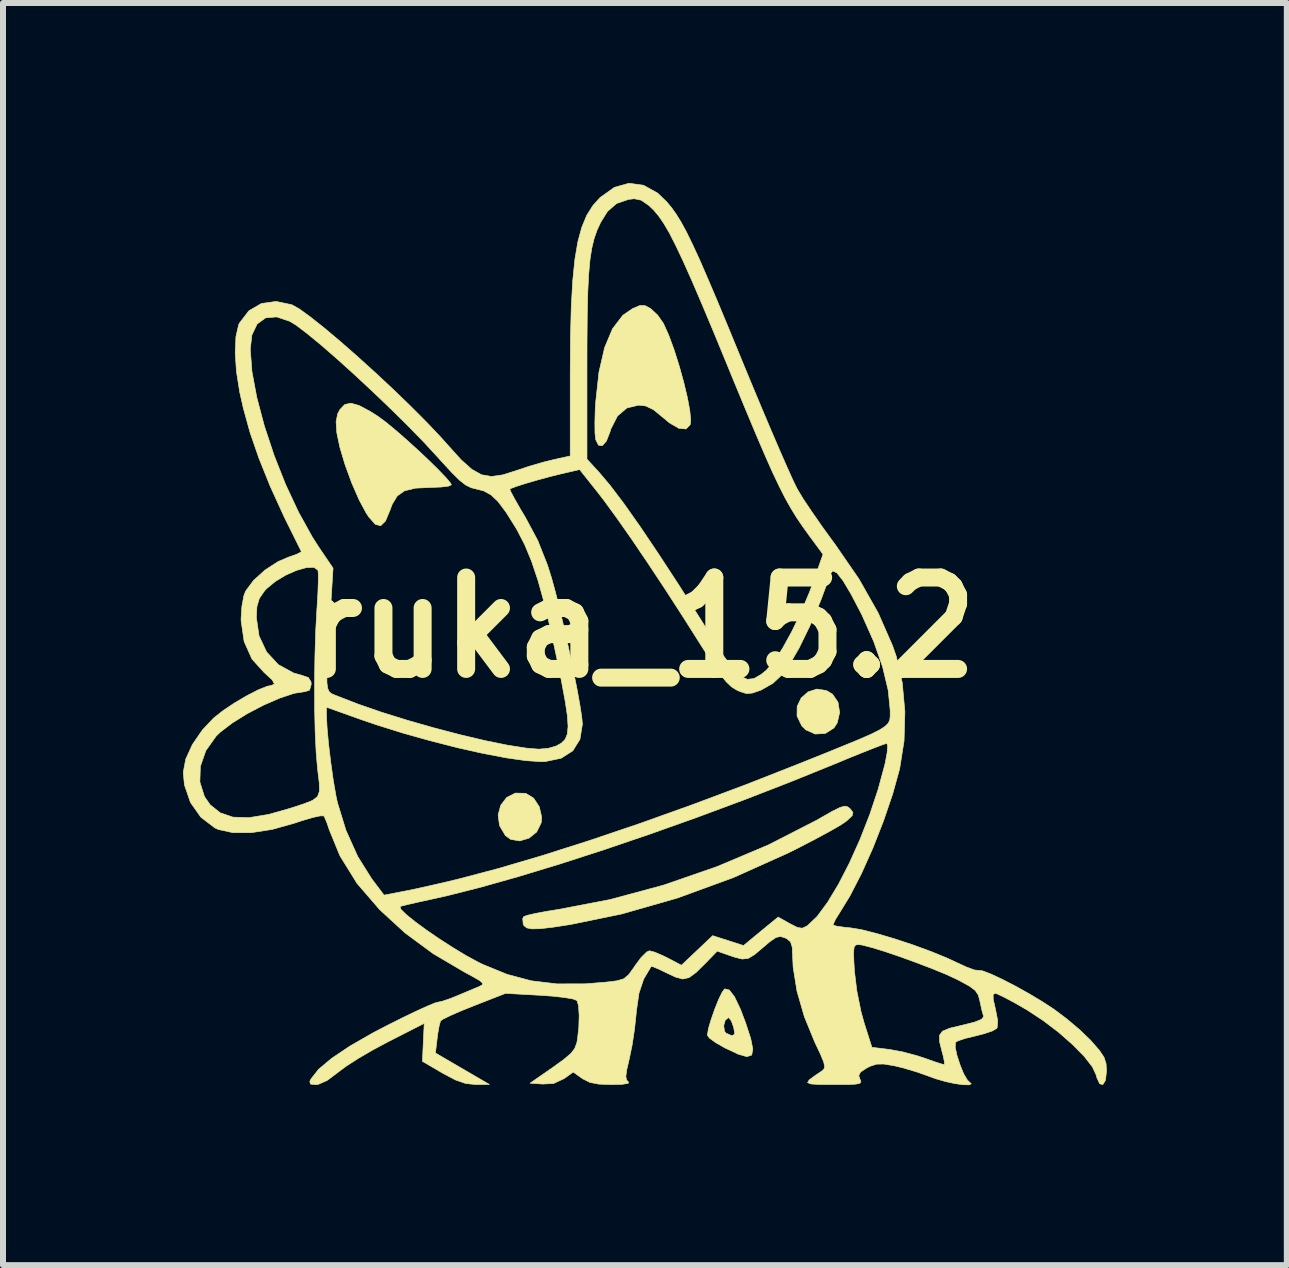
<source format=kicad_pcb>
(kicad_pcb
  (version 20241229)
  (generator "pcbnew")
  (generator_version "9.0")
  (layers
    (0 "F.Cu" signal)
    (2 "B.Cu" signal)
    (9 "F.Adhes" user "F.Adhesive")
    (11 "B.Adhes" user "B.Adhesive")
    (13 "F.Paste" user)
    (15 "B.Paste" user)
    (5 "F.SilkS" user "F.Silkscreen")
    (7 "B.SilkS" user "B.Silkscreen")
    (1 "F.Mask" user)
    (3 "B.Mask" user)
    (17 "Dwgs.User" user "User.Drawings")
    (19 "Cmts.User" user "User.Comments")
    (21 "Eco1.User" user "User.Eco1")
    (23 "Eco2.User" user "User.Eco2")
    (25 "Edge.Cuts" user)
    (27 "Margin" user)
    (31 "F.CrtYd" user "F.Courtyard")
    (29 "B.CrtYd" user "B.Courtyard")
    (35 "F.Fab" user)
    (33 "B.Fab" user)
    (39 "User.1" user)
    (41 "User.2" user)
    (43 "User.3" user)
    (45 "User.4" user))
  (footprint "ruka_15.2"
    (layer "F.Cu")
    (at 7.624 7.412)
    (property "Reference" "ruka_15.2" (at 0 0 0) (layer "F.SilkS") (effects (font (size 1.524 1.524) (thickness 0.3))))
    (attr through_hole)
    (fp_poly (pts (xy -1.91 2.763) (xy -1.779 2.843) (xy -1.684 2.987) (xy -1.644 3.16) (xy -1.652 3.255) (xy -1.727 3.407) (xy -1.856 3.511) (xy -2.01 3.556) (xy -2.16 3.531) (xy -2.249 3.467) (xy -2.347 3.3) (xy -2.37 3.124) (xy -2.326 2.961) (xy -2.227 2.832) (xy -2.083 2.759) (xy -1.91 2.763)) (stroke (width 0.01) (type solid)) (fill yes) (layer "F.SilkS"))
    (fp_poly (pts (xy 3.104 1.05) (xy 3.205 1.111) (xy 3.296 1.244) (xy 3.323 1.416) (xy 3.284 1.588) (xy 3.228 1.674) (xy 3.085 1.765) (xy 2.917 1.775) (xy 2.759 1.705) (xy 2.692 1.639) (xy 2.613 1.475) (xy 2.615 1.314) (xy 2.682 1.174) (xy 2.797 1.072) (xy 2.944 1.025) (xy 3.104 1.05)) (stroke (width 0.01) (type solid)) (fill yes) (layer "F.SilkS"))
    (fp_poly (pts (xy 1.483 6.042) (xy 1.571 6.155) (xy 1.671 6.365) (xy 1.755 6.588) (xy 1.841 6.851) (xy 1.876 7.029) (xy 1.857 7.127) (xy 1.777 7.153) (xy 1.633 7.112) (xy 1.418 7.011) (xy 1.41 7.007) (xy 1.259 6.921) (xy 1.154 6.845) (xy 1.118 6.797) (xy 1.135 6.693) (xy 1.151 6.635) (xy 1.391 6.635) (xy 1.403 6.727) (xy 1.43 6.762) (xy 1.528 6.804) (xy 1.573 6.78) (xy 1.574 6.769) (xy 1.556 6.661) (xy 1.518 6.558) (xy 1.476 6.504) (xy 1.471 6.502) (xy 1.417 6.544) (xy 1.391 6.635) (xy 1.151 6.635) (xy 1.179 6.54) (xy 1.239 6.367) (xy 1.304 6.204) (xy 1.364 6.08) (xy 1.406 6.023) (xy 1.406 6.023) (xy 1.483 6.042)) (stroke (width 0.01) (type solid)) (fill yes) (layer "F.SilkS"))
    (fp_poly (pts (xy -4.687 -3.702) (xy -4.495 -3.599) (xy -4.373 -3.521) (xy -4.249 -3.43) (xy -4.086 -3.296) (xy -3.9 -3.134) (xy -3.706 -2.958) (xy -3.52 -2.783) (xy -3.357 -2.622) (xy -3.232 -2.491) (xy -3.16 -2.404) (xy -3.15 -2.38) (xy -3.196 -2.358) (xy -3.318 -2.343) (xy -3.489 -2.336) (xy -3.493 -2.336) (xy -3.75 -2.324) (xy -3.93 -2.28) (xy -4.052 -2.194) (xy -4.137 -2.053) (xy -4.173 -1.955) (xy -4.248 -1.776) (xy -4.327 -1.698) (xy -4.416 -1.72) (xy -4.523 -1.84) (xy -4.568 -1.907) (xy -4.687 -2.128) (xy -4.81 -2.41) (xy -4.922 -2.716) (xy -5.009 -3.008) (xy -5.059 -3.247) (xy -5.071 -3.432) (xy -5.045 -3.563) (xy -5.006 -3.636) (xy -4.927 -3.718) (xy -4.826 -3.741) (xy -4.687 -3.702)) (stroke (width 0.01) (type solid)) (fill yes) (layer "F.SilkS"))
    (fp_poly (pts (xy 3.46 2.989) (xy 3.499 3.021) (xy 3.545 3.082) (xy 3.532 3.136) (xy 3.45 3.214) (xy 3.429 3.231) (xy 3.334 3.295) (xy 3.165 3.392) (xy 2.942 3.513) (xy 2.683 3.648) (xy 2.464 3.758) (xy 1.551 4.168) (xy 0.618 4.509) (xy -0.312 4.775) (xy -1.169 4.951) (xy -1.462 4.996) (xy -1.67 5.02) (xy -1.809 5.023) (xy -1.894 5.006) (xy -1.94 4.968) (xy -1.952 4.945) (xy -1.96 4.852) (xy -1.944 4.819) (xy -1.88 4.796) (xy -1.738 4.763) (xy -1.54 4.727) (xy -1.371 4.7) (xy -0.504 4.534) (xy 0.389 4.293) (xy 1.278 3.985) (xy 2.136 3.623) (xy 2.933 3.215) (xy 3.012 3.17) (xy 3.204 3.061) (xy 3.329 2.999) (xy 3.408 2.977) (xy 3.46 2.989)) (stroke (width 0.01) (type solid)) (fill yes) (layer "F.SilkS"))
    (fp_poly (pts (xy 0.168 -5.32) (xy 0.174 -5.316) (xy 0.288 -5.21) (xy 0.385 -5.072) (xy 0.386 -5.07) (xy 0.473 -4.877) (xy 0.562 -4.636) (xy 0.647 -4.367) (xy 0.723 -4.094) (xy 0.785 -3.835) (xy 0.826 -3.614) (xy 0.841 -3.451) (xy 0.832 -3.382) (xy 0.762 -3.311) (xy 0.644 -3.321) (xy 0.487 -3.412) (xy 0.375 -3.505) (xy 0.22 -3.632) (xy 0.091 -3.694) (xy -0.027 -3.708) (xy -0.223 -3.661) (xy -0.381 -3.526) (xy -0.491 -3.31) (xy -0.505 -3.262) (xy -0.565 -3.109) (xy -0.633 -3.033) (xy -0.697 -3.04) (xy -0.743 -3.133) (xy -0.755 -3.24) (xy -0.757 -3.419) (xy -0.751 -3.638) (xy -0.744 -3.753) (xy -0.689 -4.257) (xy -0.595 -4.667) (xy -0.462 -4.983) (xy -0.29 -5.207) (xy -0.128 -5.318) (xy -0.007 -5.369) (xy 0.075 -5.369) (xy 0.168 -5.32)) (stroke (width 0.01) (type solid)) (fill yes) (layer "F.SilkS"))
    (fp_poly (pts (xy 0.054 -7.374) (xy 0.289 -7.243) (xy 0.442 -7.096) (xy 0.522 -6.999) (xy 0.601 -6.888) (xy 0.683 -6.755) (xy 0.772 -6.59) (xy 0.873 -6.383) (xy 0.991 -6.127) (xy 1.128 -5.811) (xy 1.291 -5.428) (xy 1.483 -4.966) (xy 1.676 -4.496) (xy 1.852 -4.07) (xy 2.022 -3.663) (xy 2.182 -3.285) (xy 2.326 -2.95) (xy 2.449 -2.67) (xy 2.545 -2.457) (xy 2.61 -2.323) (xy 2.619 -2.307) (xy 2.713 -2.15) (xy 2.854 -1.939) (xy 3.022 -1.697) (xy 3.2 -1.451) (xy 3.244 -1.392) (xy 3.644 -0.812) (xy 3.967 -0.242) (xy 4.207 0.306) (xy 4.268 0.483) (xy 4.367 0.919) (xy 4.411 1.401) (xy 4.397 1.89) (xy 4.325 2.346) (xy 4.325 2.349) (xy 4.208 2.772) (xy 4.055 3.222) (xy 3.878 3.674) (xy 3.687 4.101) (xy 3.493 4.477) (xy 3.33 4.743) (xy 3.255 4.863) (xy 3.217 4.944) (xy 3.217 4.961) (xy 3.276 4.978) (xy 3.403 4.996) (xy 3.504 5.006) (xy 3.688 5.036) (xy 3.94 5.1) (xy 4.235 5.187) (xy 4.546 5.29) (xy 4.849 5.401) (xy 5.118 5.511) (xy 5.279 5.586) (xy 5.442 5.661) (xy 5.571 5.708) (xy 5.638 5.715) (xy 5.639 5.715) (xy 5.708 5.723) (xy 5.844 5.775) (xy 6.031 5.862) (xy 6.249 5.974) (xy 6.48 6.103) (xy 6.707 6.239) (xy 6.898 6.364) (xy 7.109 6.523) (xy 7.325 6.705) (xy 7.502 6.875) (xy 7.52 6.895) (xy 7.654 7.049) (xy 7.731 7.164) (xy 7.765 7.27) (xy 7.772 7.395) (xy 7.755 7.547) (xy 7.711 7.619) (xy 7.658 7.605) (xy 7.61 7.5) (xy 7.601 7.461) (xy 7.537 7.324) (xy 7.401 7.149) (xy 7.208 6.953) (xy 6.975 6.748) (xy 6.716 6.551) (xy 6.447 6.374) (xy 6.428 6.363) (xy 6.233 6.251) (xy 6.068 6.163) (xy 5.952 6.108) (xy 5.914 6.096) (xy 5.882 6.119) (xy 5.884 6.199) (xy 5.92 6.356) (xy 5.921 6.36) (xy 5.959 6.556) (xy 5.949 6.67) (xy 5.941 6.683) (xy 5.868 6.725) (xy 5.727 6.772) (xy 5.586 6.808) (xy 5.421 6.848) (xy 5.3 6.888) (xy 5.254 6.914) (xy 5.25 6.995) (xy 5.279 7.132) (xy 5.331 7.292) (xy 5.392 7.441) (xy 5.453 7.544) (xy 5.477 7.567) (xy 5.518 7.606) (xy 5.48 7.623) (xy 5.382 7.621) (xy 5.243 7.602) (xy 5.083 7.567) (xy 4.921 7.52) (xy 4.842 7.491) (xy 4.621 7.412) (xy 4.384 7.341) (xy 4.235 7.305) (xy 4.059 7.276) (xy 3.938 7.278) (xy 3.83 7.314) (xy 3.78 7.339) (xy 3.672 7.409) (xy 3.642 7.469) (xy 3.661 7.525) (xy 3.678 7.569) (xy 3.662 7.596) (xy 3.596 7.611) (xy 3.464 7.618) (xy 3.248 7.618) (xy 3.215 7.618) (xy 2.981 7.617) (xy 2.841 7.608) (xy 2.789 7.585) (xy 2.817 7.54) (xy 2.92 7.464) (xy 3.016 7.4) (xy 3.059 7.365) (xy 3.074 7.32) (xy 3.058 7.244) (xy 3.006 7.117) (xy 2.913 6.92) (xy 2.907 6.907) (xy 2.735 6.487) (xy 2.612 6.061) (xy 2.548 5.661) (xy 2.54 5.488) (xy 2.537 5.409) (xy 3.556 5.409) (xy 3.56 5.558) (xy 3.57 5.728) (xy 3.61 6.059) (xy 3.68 6.404) (xy 3.73 6.585) (xy 3.861 6.997) (xy 4.153 7.033) (xy 4.371 7.073) (xy 4.613 7.137) (xy 4.75 7.182) (xy 4.909 7.239) (xy 5.025 7.276) (xy 5.071 7.285) (xy 5.069 7.234) (xy 5.045 7.121) (xy 5.033 7.079) (xy 4.99 6.908) (xy 4.987 6.798) (xy 5.038 6.729) (xy 5.158 6.679) (xy 5.363 6.63) (xy 5.57 6.578) (xy 5.687 6.532) (xy 5.724 6.488) (xy 5.722 6.476) (xy 5.695 6.382) (xy 5.665 6.243) (xy 5.661 6.224) (xy 5.635 6.126) (xy 5.585 6.051) (xy 5.49 5.979) (xy 5.33 5.891) (xy 5.271 5.861) (xy 5.093 5.779) (xy 4.863 5.685) (xy 4.604 5.586) (xy 4.338 5.489) (xy 4.085 5.403) (xy 3.867 5.336) (xy 3.706 5.294) (xy 3.637 5.284) (xy 3.592 5.291) (xy 3.565 5.326) (xy 3.556 5.409) (xy 2.537 5.409) (xy 2.533 5.329) (xy 2.505 5.239) (xy 2.443 5.187) (xy 2.416 5.174) (xy 2.339 5.15) (xy 2.264 5.165) (xy 2.166 5.231) (xy 2.053 5.327) (xy 1.906 5.451) (xy 1.8 5.515) (xy 1.699 5.526) (xy 1.57 5.494) (xy 1.486 5.465) (xy 1.282 5.394) (xy 1.086 5.596) (xy 0.93 5.75) (xy 0.813 5.835) (xy 0.708 5.859) (xy 0.588 5.827) (xy 0.453 5.764) (xy 0.311 5.695) (xy 0.212 5.654) (xy 0.182 5.648) (xy 0.056 5.861) (xy -0.022 6.095) (xy -0.064 6.387) (xy -0.068 6.433) (xy -0.095 6.688) (xy -0.136 6.96) (xy -0.183 7.187) (xy -0.226 7.373) (xy -0.241 7.484) (xy -0.227 7.545) (xy -0.198 7.574) (xy -0.201 7.598) (xy -0.3 7.614) (xy -0.475 7.619) (xy -0.692 7.611) (xy -0.842 7.582) (xy -0.958 7.523) (xy -0.97 7.515) (xy -1.118 7.41) (xy -1.269 7.518) (xy -1.444 7.6) (xy -1.629 7.61) (xy -1.837 7.595) (xy -1.459 7.333) (xy -1.275 7.2) (xy -1.159 7.102) (xy -1.093 7.017) (xy -1.059 6.925) (xy -1.049 6.875) (xy -1.025 6.669) (xy -1.019 6.468) (xy -1.029 6.306) (xy -1.055 6.218) (xy -1.119 6.192) (xy -1.264 6.167) (xy -1.471 6.144) (xy -1.67 6.13) (xy -2.247 6.098) (xy -2.774 6.304) (xy -2.988 6.39) (xy -3.166 6.468) (xy -3.287 6.527) (xy -3.329 6.556) (xy -3.351 6.63) (xy -3.376 6.767) (xy -3.386 6.847) (xy -3.415 7.092) (xy -2.515 7.617) (xy -2.743 7.618) (xy -2.909 7.601) (xy -3.082 7.541) (xy -3.298 7.427) (xy -3.302 7.424) (xy -3.632 7.231) (xy -3.617 6.914) (xy -3.602 6.598) (xy -4.208 6.907) (xy -4.459 7.041) (xy -4.699 7.181) (xy -4.901 7.311) (xy -5.04 7.414) (xy -5.044 7.418) (xy -5.22 7.55) (xy -5.368 7.615) (xy -5.407 7.62) (xy -5.499 7.61) (xy -5.509 7.565) (xy -5.489 7.524) (xy -5.364 7.365) (xy -5.146 7.182) (xy -4.841 6.977) (xy -4.454 6.755) (xy -4.212 6.629) (xy -3.956 6.501) (xy -3.729 6.392) (xy -3.546 6.309) (xy -3.426 6.259) (xy -3.388 6.248) (xy -3.302 6.23) (xy -3.161 6.182) (xy -3.067 6.144) (xy -2.898 6.073) (xy -2.748 6.01) (xy -2.694 5.988) (xy -2.637 5.959) (xy -2.627 5.929) (xy -2.677 5.885) (xy -2.798 5.815) (xy -2.923 5.748) (xy -3.453 5.436) (xy -3.921 5.091) (xy -4.345 4.702) (xy -4.388 4.652) (xy -4.006 4.652) (xy -3.99 4.698) (xy -3.901 4.785) (xy -3.755 4.903) (xy -3.568 5.04) (xy -3.354 5.187) (xy -3.129 5.332) (xy -2.908 5.466) (xy -2.706 5.576) (xy -2.631 5.613) (xy -2.221 5.781) (xy -1.815 5.889) (xy -1.389 5.94) (xy -0.916 5.939) (xy -0.562 5.91) (xy -0.386 5.888) (xy -0.275 5.855) (xy -0.195 5.788) (xy -0.108 5.669) (xy -0.084 5.632) (xy 0.015 5.499) (xy 0.105 5.41) (xy 0.152 5.388) (xy 0.24 5.411) (xy 0.376 5.469) (xy 0.457 5.509) (xy 0.686 5.629) (xy 1.207 5.136) (xy 1.464 5.218) (xy 1.721 5.301) (xy 2.009 5.063) (xy 2.298 4.826) (xy 2.49 4.934) (xy 2.618 4.999) (xy 2.7 5.012) (xy 2.774 4.977) (xy 2.787 4.969) (xy 2.947 4.817) (xy 3.121 4.582) (xy 3.304 4.279) (xy 3.487 3.923) (xy 3.663 3.531) (xy 3.825 3.117) (xy 3.965 2.697) (xy 4.076 2.287) (xy 4.085 2.248) (xy 4.115 2.086) (xy 4.124 1.971) (xy 4.11 1.93) (xy 4.05 1.949) (xy 3.913 2.001) (xy 3.715 2.079) (xy 3.472 2.177) (xy 3.271 2.261) (xy 2.516 2.567) (xy 1.738 2.869) (xy 0.95 3.162) (xy 0.166 3.441) (xy -0.601 3.702) (xy -1.337 3.94) (xy -2.028 4.15) (xy -2.662 4.329) (xy -3.223 4.471) (xy -3.469 4.526) (xy -3.685 4.573) (xy -3.861 4.613) (xy -3.975 4.641) (xy -4.006 4.652) (xy -4.388 4.652) (xy -4.722 4.265) (xy -5.007 3.805) (xy -5.182 3.378) (xy -5.228 3.243) (xy -5.268 3.152) (xy -5.277 3.139) (xy -5.336 3.139) (xy -5.468 3.168) (xy -5.65 3.222) (xy -5.766 3.261) (xy -6.137 3.365) (xy -6.485 3.419) (xy -6.79 3.419) (xy -7.035 3.366) (xy -7.093 3.339) (xy -7.326 3.161) (xy -7.499 2.915) (xy -7.599 2.624) (xy -7.604 2.575) (xy -7.342 2.575) (xy -7.266 2.817) (xy -7.171 2.954) (xy -7.003 3.088) (xy -6.791 3.16) (xy -6.525 3.169) (xy -6.196 3.115) (xy -5.84 3.014) (xy -5.611 2.939) (xy -5.463 2.881) (xy -5.38 2.817) (xy -5.348 2.726) (xy -5.352 2.587) (xy -5.377 2.38) (xy -5.38 2.356) (xy -5.403 2.089) (xy -5.42 1.743) (xy -5.429 1.344) (xy -5.429 1.327) (xy -5.232 1.327) (xy -5.232 1.464) (xy -5.221 1.674) (xy -5.196 1.949) (xy -5.159 2.254) (xy -5.117 2.553) (xy -5.072 2.811) (xy -5.048 2.921) (xy -4.907 3.38) (xy -4.711 3.815) (xy -4.477 4.189) (xy -4.472 4.195) (xy -4.272 4.46) (xy -3.927 4.394) (xy -3.727 4.353) (xy -3.469 4.295) (xy -3.191 4.231) (xy -3.023 4.19) (xy -2.368 4.017) (xy -1.637 3.802) (xy -0.843 3.549) (xy -0.001 3.264) (xy 0.876 2.95) (xy 1.775 2.613) (xy 2.673 2.26) (xy 3.087 2.094) (xy 3.416 1.96) (xy 3.671 1.855) (xy 3.861 1.771) (xy 3.995 1.703) (xy 4.083 1.645) (xy 4.135 1.593) (xy 4.159 1.539) (xy 4.166 1.479) (xy 4.166 1.407) (xy 4.166 1.378) (xy 4.133 1.046) (xy 4.04 0.657) (xy 3.891 0.231) (xy 3.694 -0.212) (xy 3.682 -0.235) (xy 3.515 -0.555) (xy 3.381 -0.78) (xy 3.279 -0.91) (xy 3.21 -0.945) (xy 3.178 -0.909) (xy 3.006 -0.447) (xy 2.826 -0.025) (xy 2.648 0.34) (xy 2.478 0.633) (xy 2.38 0.771) (xy 2.211 0.929) (xy 2.011 1.043) (xy 1.867 1.092) (xy 1.768 1.1) (xy 1.664 1.067) (xy 1.606 1.041) (xy 1.521 0.988) (xy 1.431 0.902) (xy 1.325 0.769) (xy 1.192 0.576) (xy 1.021 0.309) (xy 1.007 0.287) (xy 0.712 -0.179) (xy 0.416 -0.637) (xy 0.128 -1.072) (xy -0.142 -1.471) (xy -0.386 -1.819) (xy -0.593 -2.103) (xy -0.701 -2.244) (xy -1.011 -2.634) (xy -1.331 -2.56) (xy -1.516 -2.514) (xy -1.718 -2.459) (xy -1.91 -2.403) (xy -2.067 -2.353) (xy -2.162 -2.317) (xy -2.175 -2.309) (xy -2.158 -2.263) (xy -2.097 -2.149) (xy -2.004 -1.985) (xy -1.917 -1.84) (xy -1.709 -1.451) (xy -1.546 -1.039) (xy -1.48 -0.828) (xy -1.413 -0.585) (xy -1.34 -0.291) (xy -1.263 0.036) (xy -1.188 0.375) (xy -1.118 0.709) (xy -1.056 1.018) (xy -1.008 1.284) (xy -0.976 1.489) (xy -0.965 1.61) (xy -1.006 1.863) (xy -1.125 2.054) (xy -1.319 2.178) (xy -1.583 2.233) (xy -1.658 2.235) (xy -1.91 2.218) (xy -2.239 2.171) (xy -2.626 2.097) (xy -3.054 2.001) (xy -3.503 1.886) (xy -3.957 1.759) (xy -4.395 1.622) (xy -4.664 1.53) (xy -5.232 1.327) (xy -5.429 1.327) (xy -5.43 0.914) (xy -5.424 0.477) (xy -5.411 0.056) (xy -5.39 -0.324) (xy -5.389 -0.33) (xy -5.375 -0.563) (xy -5.368 -0.762) (xy -5.368 -0.902) (xy -5.374 -0.957) (xy -5.439 -1.004) (xy -5.565 -1) (xy -5.729 -0.954) (xy -5.909 -0.875) (xy -6.083 -0.77) (xy -6.23 -0.649) (xy -6.267 -0.608) (xy -6.351 -0.485) (xy -6.391 -0.35) (xy -6.401 -0.172) (xy -6.356 0.138) (xy -6.23 0.406) (xy -6.034 0.618) (xy -5.779 0.757) (xy -5.651 0.793) (xy -5.533 0.833) (xy -5.489 0.905) (xy -5.486 0.946) (xy -5.513 1.043) (xy -5.585 1.067) (xy -5.771 1.096) (xy -6.011 1.176) (xy -6.28 1.293) (xy -6.552 1.435) (xy -6.801 1.59) (xy -7.002 1.743) (xy -7.071 1.81) (xy -7.243 2.052) (xy -7.334 2.314) (xy -7.342 2.575) (xy -7.604 2.575) (xy -7.619 2.413) (xy -7.578 2.194) (xy -7.467 1.95) (xy -7.299 1.706) (xy -7.114 1.51) (xy -6.96 1.388) (xy -6.768 1.259) (xy -6.563 1.138) (xy -6.373 1.04) (xy -6.221 0.979) (xy -6.152 0.965) (xy -6.099 0.942) (xy -6.135 0.873) (xy -6.26 0.758) (xy -6.268 0.752) (xy -6.474 0.524) (xy -6.604 0.233) (xy -6.654 -0.109) (xy -6.655 -0.146) (xy -6.642 -0.351) (xy -6.609 -0.529) (xy -6.58 -0.607) (xy -6.449 -0.784) (xy -6.256 -0.959) (xy -6.037 -1.101) (xy -5.863 -1.175) (xy -5.733 -1.22) (xy -5.659 -1.257) (xy -5.651 -1.269) (xy -5.937 -1.846) (xy -6.17 -2.357) (xy -6.356 -2.819) (xy -6.504 -3.247) (xy -6.618 -3.659) (xy -6.677 -3.922) (xy -6.732 -4.266) (xy -6.753 -4.583) (xy -6.75 -4.639) (xy -6.502 -4.639) (xy -6.474 -4.268) (xy -6.393 -3.835) (xy -6.268 -3.364) (xy -6.106 -2.874) (xy -5.914 -2.388) (xy -5.699 -1.928) (xy -5.47 -1.514) (xy -5.363 -1.346) (xy -5.122 -0.991) (xy -5.178 -0.076) (xy -5.2 0.291) (xy -5.216 0.57) (xy -5.225 0.774) (xy -5.224 0.916) (xy -5.213 1.008) (xy -5.19 1.064) (xy -5.154 1.098) (xy -5.102 1.122) (xy -5.042 1.145) (xy -4.701 1.277) (xy -4.308 1.413) (xy -3.881 1.546) (xy -3.439 1.672) (xy -3 1.787) (xy -2.585 1.885) (xy -2.211 1.961) (xy -1.897 2.01) (xy -1.691 2.027) (xy -1.531 2.012) (xy -1.403 1.975) (xy -1.315 1.926) (xy -1.253 1.864) (xy -1.216 1.775) (xy -1.204 1.647) (xy -1.216 1.467) (xy -1.253 1.222) (xy -1.313 0.9) (xy -1.367 0.629) (xy -1.485 0.076) (xy -1.595 -0.389) (xy -1.703 -0.778) (xy -1.812 -1.104) (xy -1.926 -1.38) (xy -2.049 -1.618) (xy -2.081 -1.673) (xy -2.239 -1.924) (xy -2.37 -2.099) (xy -2.487 -2.211) (xy -2.607 -2.277) (xy -2.729 -2.309) (xy -2.822 -2.332) (xy -2.912 -2.377) (xy -3.013 -2.456) (xy -3.142 -2.584) (xy -3.315 -2.772) (xy -3.38 -2.844) (xy -3.606 -3.089) (xy -3.87 -3.36) (xy -4.16 -3.646) (xy -4.462 -3.935) (xy -4.765 -4.217) (xy -5.056 -4.48) (xy -5.323 -4.712) (xy -5.554 -4.902) (xy -5.736 -5.04) (xy -5.839 -5.104) (xy -6.061 -5.179) (xy -6.246 -5.163) (xy -6.387 -5.061) (xy -6.475 -4.877) (xy -6.502 -4.639) (xy -6.75 -4.639) (xy -6.741 -4.85) (xy -6.696 -5.047) (xy -6.681 -5.078) (xy -6.525 -5.281) (xy -6.317 -5.402) (xy -6.072 -5.437) (xy -5.809 -5.382) (xy -5.687 -5.314) (xy -5.506 -5.183) (xy -5.277 -5.002) (xy -5.012 -4.779) (xy -4.723 -4.526) (xy -4.421 -4.253) (xy -4.119 -3.971) (xy -3.829 -3.691) (xy -3.561 -3.422) (xy -3.328 -3.176) (xy -3.2 -3.033) (xy -2.986 -2.796) (xy -2.807 -2.637) (xy -2.645 -2.547) (xy -2.48 -2.519) (xy -2.292 -2.546) (xy -2.082 -2.612) (xy -1.855 -2.688) (xy -1.614 -2.758) (xy -1.46 -2.796) (xy -1.168 -2.861) (xy -1.168 -4.213) (xy -1.167 -4.388) (xy -0.889 -4.388) (xy -0.889 -2.808) (xy -0.684 -2.585) (xy -0.502 -2.369) (xy -0.274 -2.068) (xy -0.005 -1.687) (xy 0.302 -1.231) (xy 0.645 -0.706) (xy 1.02 -0.115) (xy 1.218 0.203) (xy 1.4 0.488) (xy 1.548 0.688) (xy 1.673 0.811) (xy 1.785 0.863) (xy 1.896 0.85) (xy 2.018 0.779) (xy 2.102 0.71) (xy 2.227 0.566) (xy 2.372 0.345) (xy 2.526 0.065) (xy 2.679 -0.252) (xy 2.82 -0.589) (xy 2.89 -0.776) (xy 3.046 -1.222) (xy 2.814 -1.536) (xy 2.704 -1.689) (xy 2.604 -1.837) (xy 2.509 -1.992) (xy 2.413 -2.163) (xy 2.313 -2.361) (xy 2.201 -2.597) (xy 2.075 -2.881) (xy 1.928 -3.224) (xy 1.756 -3.635) (xy 1.553 -4.125) (xy 1.453 -4.369) (xy 1.224 -4.925) (xy 1.027 -5.395) (xy 0.859 -5.786) (xy 0.715 -6.108) (xy 0.592 -6.368) (xy 0.486 -6.576) (xy 0.391 -6.738) (xy 0.305 -6.863) (xy 0.223 -6.96) (xy 0.142 -7.037) (xy 0.015 -7.125) (xy -0.101 -7.149) (xy -0.199 -7.137) (xy -0.396 -7.069) (xy -0.547 -6.937) (xy -0.66 -6.756) (xy -0.721 -6.624) (xy -0.77 -6.484) (xy -0.809 -6.323) (xy -0.839 -6.129) (xy -0.86 -5.892) (xy -0.875 -5.598) (xy -0.884 -5.236) (xy -0.888 -4.793) (xy -0.889 -4.388) (xy -1.167 -4.388) (xy -1.164 -4.822) (xy -1.151 -5.339) (xy -1.127 -5.773) (xy -1.091 -6.134) (xy -1.041 -6.431) (xy -0.975 -6.674) (xy -0.893 -6.872) (xy -0.791 -7.034) (xy -0.67 -7.169) (xy -0.667 -7.171) (xy -0.431 -7.339) (xy -0.188 -7.407) (xy 0.054 -7.374)) (stroke (width 0.01) (type solid)) (fill yes) (layer "F.SilkS")))
  (gr_rect
    (start -3 -3)
    (end 18.402 18.04)
    (stroke (width 0.1) (type default))
    (fill no)
    (layer "Edge.Cuts")))
</source>
